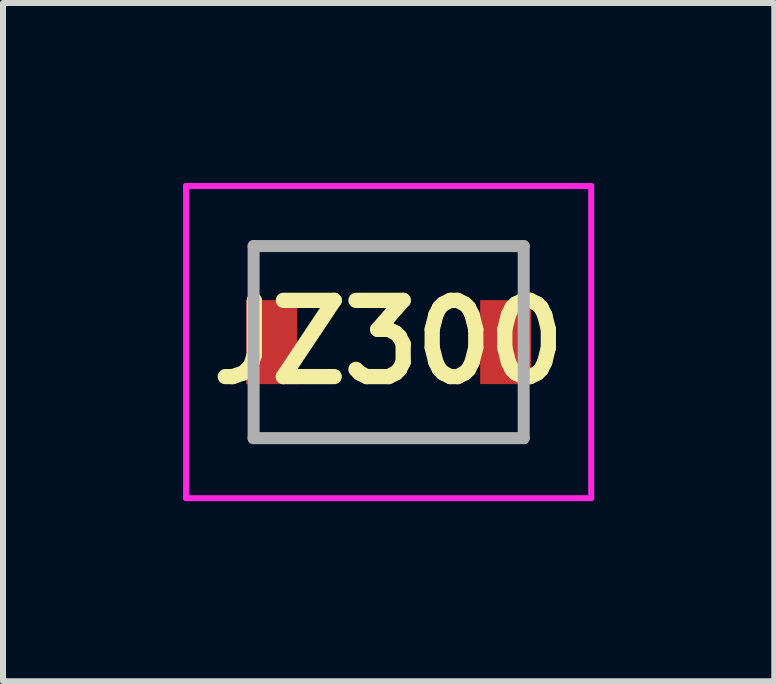
<source format=kicad_pcb>
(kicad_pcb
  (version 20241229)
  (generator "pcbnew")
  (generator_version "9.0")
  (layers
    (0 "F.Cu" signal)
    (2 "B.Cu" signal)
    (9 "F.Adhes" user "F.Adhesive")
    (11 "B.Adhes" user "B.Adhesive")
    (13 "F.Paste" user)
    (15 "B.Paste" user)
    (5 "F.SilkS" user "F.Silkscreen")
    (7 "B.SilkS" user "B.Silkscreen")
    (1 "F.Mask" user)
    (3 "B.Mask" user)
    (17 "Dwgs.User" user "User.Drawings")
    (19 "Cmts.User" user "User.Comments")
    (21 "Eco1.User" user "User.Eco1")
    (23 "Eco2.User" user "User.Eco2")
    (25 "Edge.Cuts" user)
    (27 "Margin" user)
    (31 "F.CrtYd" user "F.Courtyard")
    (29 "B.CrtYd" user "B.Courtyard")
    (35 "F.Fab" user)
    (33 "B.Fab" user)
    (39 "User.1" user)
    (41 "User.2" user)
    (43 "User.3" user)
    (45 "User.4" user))
  (footprint "JZ300"
    (layer "F.Cu")
    (at 3.425 2.65)
    (property "Reference" "JZ300" (at 0 0 0) (layer "F.SilkS") (effects (font (size 1.27 1.27) (thickness 0.254))))
    (attr smd)
    (fp_line (start -2.25 -1.6) (end 2.25 -1.6) (stroke (width 0.1) (type solid)) (layer "F.SilkS"))
    (fp_line (start -2.25 -1) (end -2.25 -1.6) (stroke (width 0.1) (type solid)) (layer "F.SilkS"))
    (fp_line (start -2.25 1) (end -2.25 1.6) (stroke (width 0.1) (type solid)) (layer "F.SilkS"))
    (fp_line (start -2.25 1.6) (end 2.25 1.6) (stroke (width 0.1) (type solid)) (layer "F.SilkS"))
    (fp_line (start 2.25 -1.6) (end 2.25 -1) (stroke (width 0.1) (type solid)) (layer "F.SilkS"))
    (fp_line (start 2.25 1.6) (end 2.25 1) (stroke (width 0.1) (type solid)) (layer "F.SilkS"))
    (fp_line (start -3.375 -2.6) (end 3.375 -2.6) (stroke (width 0.1) (type solid)) (layer "F.CrtYd"))
    (fp_line (start -3.375 2.6) (end -3.375 -2.6) (stroke (width 0.1) (type solid)) (layer "F.CrtYd"))
    (fp_line (start 3.375 -2.6) (end 3.375 2.6) (stroke (width 0.1) (type solid)) (layer "F.CrtYd"))
    (fp_line (start 3.375 2.6) (end -3.375 2.6) (stroke (width 0.1) (type solid)) (layer "F.CrtYd"))
    (fp_line (start -2.25 -1.6) (end 2.25 -1.6) (stroke (width 0.2) (type solid)) (layer "F.Fab"))
    (fp_line (start -2.25 1.6) (end -2.25 -1.6) (stroke (width 0.2) (type solid)) (layer "F.Fab"))
    (fp_line (start 2.25 -1.6) (end 2.25 1.6) (stroke (width 0.2) (type solid)) (layer "F.Fab"))
    (fp_line (start 2.25 1.6) (end -2.25 1.6) (stroke (width 0.2) (type solid)) (layer "F.Fab"))
    (pad "1" smd rect (at -1.95 0) (size 0.85 1.4) (layers "F.Cu" "F.Mask" "F.Paste"))
    (pad "2" smd rect (at 1.95 0) (size 0.85 1.4) (layers "F.Cu" "F.Mask" "F.Paste")))
  (gr_rect
    (start -3 -3)
    (end 9.85 8.3)
    (stroke (width 0.1) (type default))
    (fill no)
    (layer "Edge.Cuts")))
</source>
